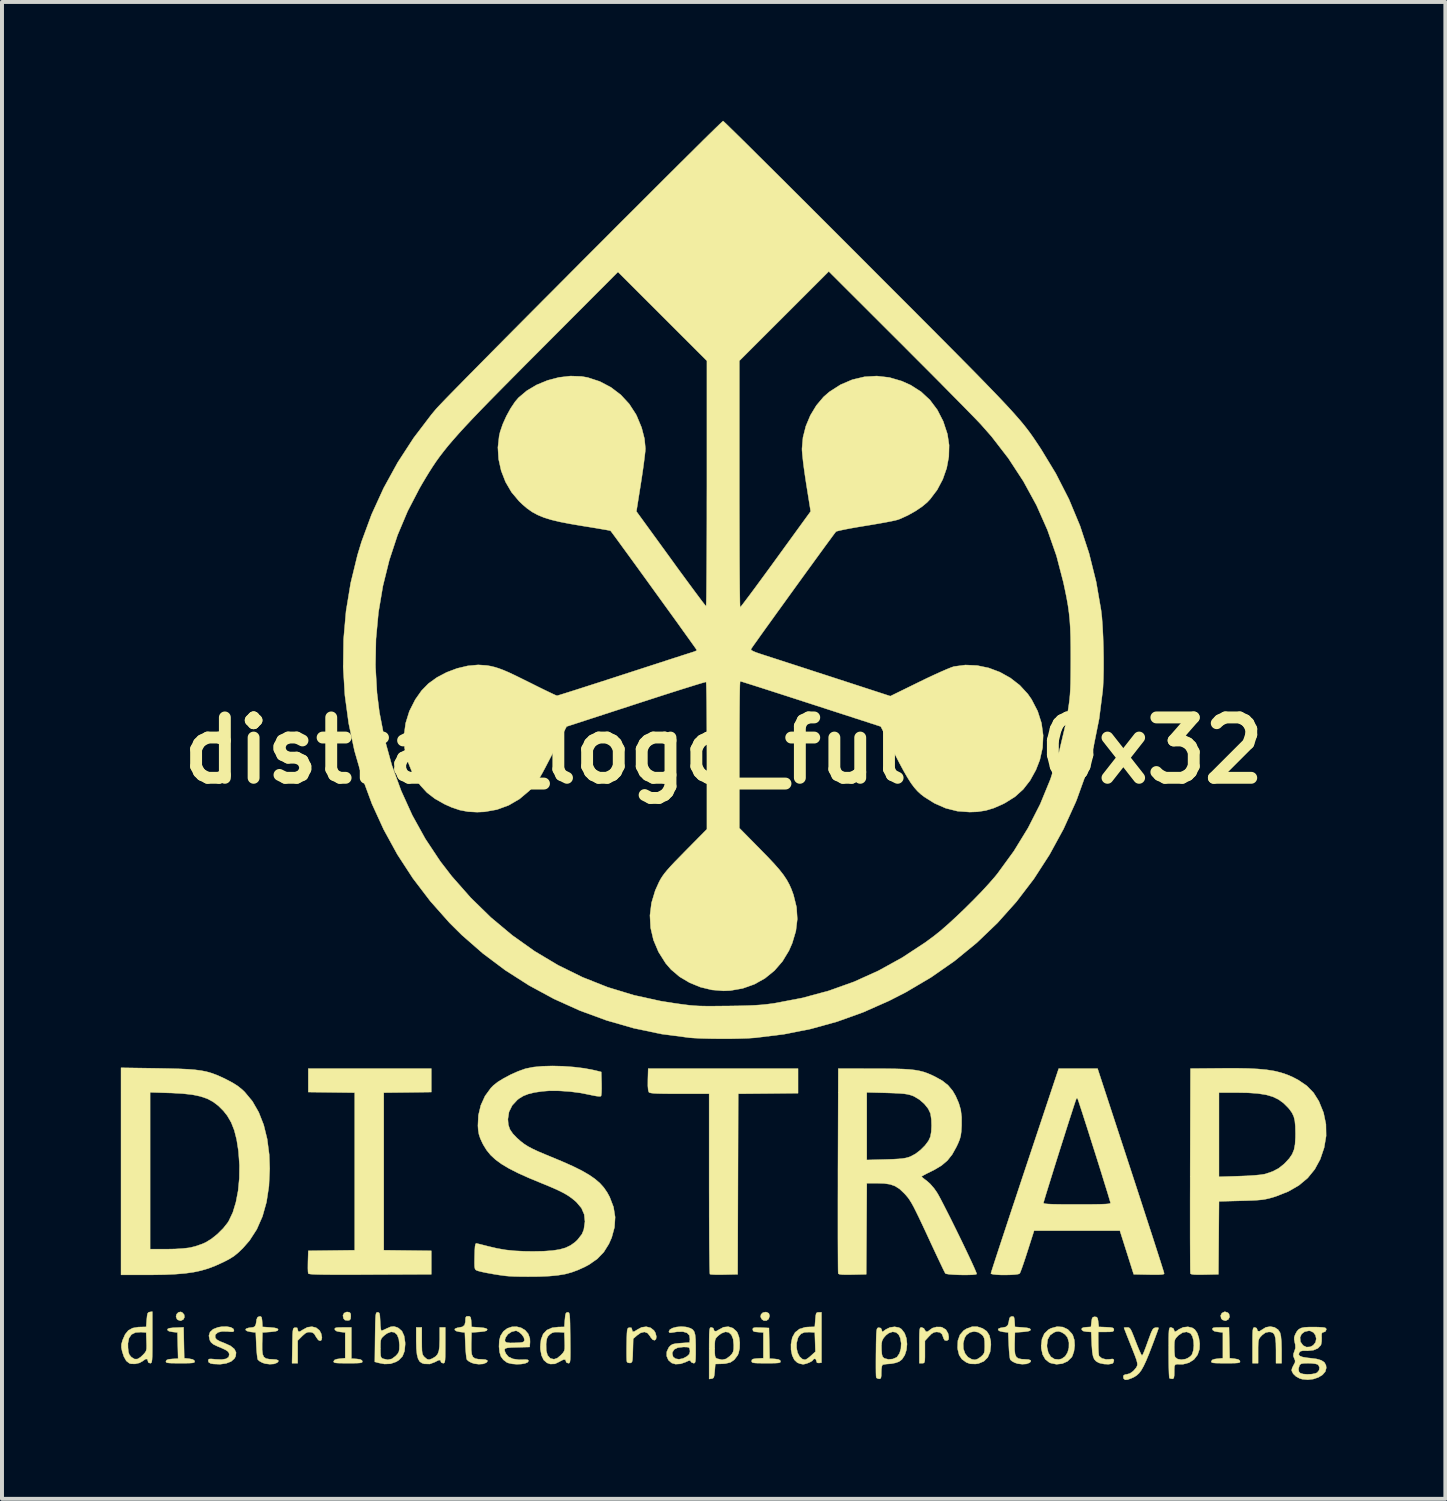
<source format=kicad_pcb>
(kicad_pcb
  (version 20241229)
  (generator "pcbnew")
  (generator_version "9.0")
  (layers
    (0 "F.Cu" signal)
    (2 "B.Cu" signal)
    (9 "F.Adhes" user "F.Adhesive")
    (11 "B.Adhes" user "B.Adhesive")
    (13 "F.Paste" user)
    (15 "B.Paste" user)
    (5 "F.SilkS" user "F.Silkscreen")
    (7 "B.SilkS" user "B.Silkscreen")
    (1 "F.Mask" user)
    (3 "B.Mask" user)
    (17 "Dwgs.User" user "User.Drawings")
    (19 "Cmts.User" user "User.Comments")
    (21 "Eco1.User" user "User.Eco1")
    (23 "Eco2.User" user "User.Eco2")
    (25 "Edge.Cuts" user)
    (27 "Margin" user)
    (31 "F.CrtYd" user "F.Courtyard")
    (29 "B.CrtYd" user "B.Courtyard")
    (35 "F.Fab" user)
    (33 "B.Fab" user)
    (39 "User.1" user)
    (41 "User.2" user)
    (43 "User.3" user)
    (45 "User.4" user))
  (footprint "distrap_logo_full_30x32"
    (layer "F.Cu")
    (at 15.217 15.894)
    (property "Reference" "distrap_logo_full_30x32" (at 0 0 0) (layer "F.SilkS") (effects (font (size 1.524 1.524) (thickness 0.3))))
    (attr through_hole)
    (fp_poly (pts (xy -13.667 14.185) (xy -13.619 14.24) (xy -13.611 14.306) (xy -13.64 14.363) (xy -13.7 14.392) (xy -13.716 14.393) (xy -13.776 14.373) (xy -13.8 14.352) (xy -13.824 14.289) (xy -13.809 14.228) (xy -13.765 14.183) (xy -13.706 14.17) (xy -13.667 14.185)) (stroke (width 0.01) (type solid)) (fill yes) (layer "F.SilkS"))
    (fp_poly (pts (xy -9.488 14.173) (xy -9.436 14.187) (xy -9.415 14.223) (xy -9.412 14.28) (xy -9.418 14.348) (xy -9.444 14.379) (xy -9.488 14.388) (xy -9.559 14.378) (xy -9.595 14.339) (xy -9.611 14.263) (xy -9.582 14.202) (xy -9.519 14.173) (xy -9.488 14.173)) (stroke (width 0.01) (type solid)) (fill yes) (layer "F.SilkS"))
    (fp_poly (pts (xy 1.086 14.179) (xy 1.14 14.207) (xy 1.157 14.264) (xy 1.157 14.278) (xy 1.135 14.35) (xy 1.081 14.39) (xy 1.013 14.39) (xy 0.965 14.359) (xy 0.932 14.296) (xy 0.943 14.234) (xy 0.99 14.189) (xy 1.061 14.175) (xy 1.086 14.179)) (stroke (width 0.01) (type solid)) (fill yes) (layer "F.SilkS"))
    (fp_poly (pts (xy 12.726 14.19) (xy 12.756 14.224) (xy 12.77 14.298) (xy 12.739 14.36) (xy 12.675 14.392) (xy 12.658 14.393) (xy 12.589 14.371) (xy 12.559 14.337) (xy 12.545 14.263) (xy 12.576 14.201) (xy 12.641 14.169) (xy 12.658 14.168) (xy 12.726 14.19)) (stroke (width 0.01) (type solid)) (fill yes) (layer "F.SilkS"))
    (fp_poly (pts (xy -7.38 8.622) (xy -7.98 8.63) (xy -8.58 8.637) (xy -8.58 12.614) (xy -7.38 12.629) (xy -7.38 13.222) (xy -8.926 13.229) (xy -9.27 13.231) (xy -9.561 13.231) (xy -9.804 13.231) (xy -10.003 13.23) (xy -10.161 13.228) (xy -10.282 13.225) (xy -10.372 13.221) (xy -10.433 13.216) (xy -10.469 13.209) (xy -10.485 13.201) (xy -10.486 13.199) (xy -10.492 13.156) (xy -10.495 13.071) (xy -10.494 12.958) (xy -10.493 12.895) (xy -10.485 12.629) (xy -9.313 12.614) (xy -9.313 8.637) (xy -10.485 8.622) (xy -10.485 8.029) (xy -7.38 8.029) (xy -7.38 8.622)) (stroke (width 0.01) (type solid)) (fill yes) (layer "F.SilkS"))
    (fp_poly (pts (xy -13.625 14.95) (xy -13.617 15.339) (xy -13.49 15.353) (xy -13.402 15.37) (xy -13.36 15.4) (xy -13.354 15.416) (xy -13.355 15.437) (xy -13.372 15.45) (xy -13.413 15.459) (xy -13.488 15.464) (xy -13.604 15.466) (xy -13.716 15.466) (xy -13.867 15.465) (xy -13.97 15.463) (xy -14.034 15.457) (xy -14.067 15.447) (xy -14.078 15.431) (xy -14.078 15.416) (xy -14.058 15.385) (xy -14.006 15.367) (xy -13.919 15.358) (xy -13.771 15.35) (xy -13.787 14.69) (xy -13.914 14.676) (xy -14.002 14.658) (xy -14.039 14.63) (xy -14.041 14.619) (xy -14.028 14.596) (xy -13.983 14.581) (xy -13.896 14.571) (xy -13.837 14.569) (xy -13.633 14.56) (xy -13.625 14.95)) (stroke (width 0.01) (type solid)) (fill yes) (layer "F.SilkS"))
    (fp_poly (pts (xy -9.398 15.35) (xy -9.264 15.358) (xy -9.176 15.37) (xy -9.132 15.393) (xy -9.121 15.416) (xy -9.122 15.437) (xy -9.138 15.45) (xy -9.18 15.459) (xy -9.255 15.464) (xy -9.371 15.466) (xy -9.483 15.466) (xy -9.634 15.465) (xy -9.737 15.463) (xy -9.801 15.457) (xy -9.834 15.447) (xy -9.845 15.431) (xy -9.844 15.416) (xy -9.821 15.383) (xy -9.76 15.362) (xy -9.694 15.353) (xy -9.553 15.339) (xy -9.553 14.69) (xy -9.68 14.676) (xy -9.768 14.658) (xy -9.81 14.628) (xy -9.816 14.612) (xy -9.815 14.587) (xy -9.791 14.572) (xy -9.735 14.565) (xy -9.635 14.563) (xy -9.612 14.563) (xy -9.398 14.563) (xy -9.398 15.35)) (stroke (width 0.01) (type solid)) (fill yes) (layer "F.SilkS"))
    (fp_poly (pts (xy 12.763 14.951) (xy 12.771 15.339) (xy 12.897 15.353) (xy 12.986 15.37) (xy 13.028 15.4) (xy 13.033 15.416) (xy 13.033 15.437) (xy 13.016 15.45) (xy 12.975 15.459) (xy 12.9 15.464) (xy 12.783 15.466) (xy 12.672 15.466) (xy 12.521 15.465) (xy 12.418 15.463) (xy 12.354 15.457) (xy 12.32 15.447) (xy 12.309 15.431) (xy 12.31 15.416) (xy 12.333 15.383) (xy 12.394 15.362) (xy 12.46 15.353) (xy 12.601 15.339) (xy 12.601 14.69) (xy 12.474 14.676) (xy 12.386 14.658) (xy 12.344 14.628) (xy 12.338 14.612) (xy 12.34 14.587) (xy 12.363 14.572) (xy 12.42 14.565) (xy 12.52 14.563) (xy 12.542 14.563) (xy 12.755 14.563) (xy 12.763 14.951)) (stroke (width 0.01) (type solid)) (fill yes) (layer "F.SilkS"))
    (fp_poly (pts (xy 0.904 14.567) (xy 0.938 14.568) (xy 1.143 14.577) (xy 1.151 14.963) (xy 1.159 15.35) (xy 1.292 15.358) (xy 1.38 15.37) (xy 1.424 15.393) (xy 1.434 15.416) (xy 1.433 15.437) (xy 1.417 15.45) (xy 1.375 15.459) (xy 1.3 15.464) (xy 1.183 15.466) (xy 1.075 15.466) (xy 0.924 15.465) (xy 0.821 15.463) (xy 0.757 15.457) (xy 0.722 15.447) (xy 0.708 15.431) (xy 0.706 15.411) (xy 0.714 15.378) (xy 0.749 15.359) (xy 0.823 15.349) (xy 0.854 15.347) (xy 1.002 15.339) (xy 1.002 14.69) (xy 0.868 14.681) (xy 0.785 14.672) (xy 0.745 14.654) (xy 0.734 14.621) (xy 0.734 14.616) (xy 0.738 14.587) (xy 0.76 14.572) (xy 0.812 14.566) (xy 0.904 14.567)) (stroke (width 0.01) (type solid)) (fill yes) (layer "F.SilkS"))
    (fp_poly (pts (xy -10.286 14.571) (xy -10.202 14.639) (xy -10.16 14.719) (xy -10.141 14.817) (xy -10.152 14.88) (xy -10.187 14.902) (xy -10.234 14.879) (xy -10.287 14.805) (xy -10.292 14.796) (xy -10.336 14.723) (xy -10.388 14.689) (xy -10.437 14.681) (xy -10.501 14.683) (xy -10.558 14.71) (xy -10.629 14.771) (xy -10.641 14.783) (xy -10.753 14.895) (xy -10.753 15.466) (xy -10.895 15.466) (xy -10.887 15.021) (xy -10.884 14.854) (xy -10.881 14.735) (xy -10.875 14.655) (xy -10.867 14.607) (xy -10.854 14.582) (xy -10.835 14.571) (xy -10.816 14.568) (xy -10.766 14.573) (xy -10.753 14.616) (xy -10.753 14.617) (xy -10.739 14.666) (xy -10.697 14.668) (xy -10.625 14.623) (xy -10.62 14.62) (xy -10.507 14.559) (xy -10.392 14.544) (xy -10.286 14.571)) (stroke (width 0.01) (type solid)) (fill yes) (layer "F.SilkS"))
    (fp_poly (pts (xy 1.877 8.65) (xy 1.122 8.658) (xy 0.367 8.665) (xy 0.36 10.944) (xy 0.353 13.222) (xy 0.013 13.23) (xy -0.121 13.232) (xy -0.233 13.23) (xy -0.312 13.225) (xy -0.347 13.218) (xy -0.347 13.218) (xy -0.35 13.188) (xy -0.353 13.105) (xy -0.356 12.974) (xy -0.358 12.8) (xy -0.361 12.586) (xy -0.363 12.337) (xy -0.364 12.057) (xy -0.366 11.751) (xy -0.366 11.422) (xy -0.367 11.076) (xy -0.367 10.931) (xy -0.367 8.664) (xy -1.111 8.664) (xy -1.344 8.664) (xy -1.526 8.662) (xy -1.664 8.659) (xy -1.763 8.654) (xy -1.83 8.646) (xy -1.87 8.637) (xy -1.888 8.625) (xy -1.905 8.572) (xy -1.914 8.467) (xy -1.913 8.313) (xy -1.913 8.307) (xy -1.905 8.029) (xy 1.877 8.029) (xy 1.877 8.65)) (stroke (width 0.01) (type solid)) (fill yes) (layer "F.SilkS"))
    (fp_poly (pts (xy 5.483 14.553) (xy 5.513 14.561) (xy 5.609 14.618) (xy 5.664 14.713) (xy 5.681 14.803) (xy 5.676 14.866) (xy 5.644 14.892) (xy 5.627 14.896) (xy 5.578 14.887) (xy 5.55 14.837) (xy 5.547 14.825) (xy 5.512 14.734) (xy 5.458 14.688) (xy 5.376 14.676) (xy 5.307 14.687) (xy 5.241 14.729) (xy 5.182 14.789) (xy 5.08 14.901) (xy 5.08 15.184) (xy 5.08 15.312) (xy 5.077 15.394) (xy 5.068 15.44) (xy 5.053 15.46) (xy 5.026 15.466) (xy 5.009 15.466) (xy 4.939 15.466) (xy 4.939 15.014) (xy 4.939 14.845) (xy 4.941 14.725) (xy 4.945 14.645) (xy 4.952 14.597) (xy 4.964 14.572) (xy 4.981 14.564) (xy 4.998 14.563) (xy 5.054 14.587) (xy 5.072 14.619) (xy 5.104 14.668) (xy 5.153 14.667) (xy 5.192 14.635) (xy 5.269 14.58) (xy 5.374 14.551) (xy 5.483 14.553)) (stroke (width 0.01) (type solid)) (fill yes) (layer "F.SilkS"))
    (fp_poly (pts (xy -7.62 14.903) (xy -7.619 15.047) (xy -7.616 15.147) (xy -7.608 15.213) (xy -7.594 15.256) (xy -7.572 15.29) (xy -7.551 15.312) (xy -7.489 15.364) (xy -7.436 15.377) (xy -7.368 15.354) (xy -7.341 15.34) (xy -7.269 15.295) (xy -7.22 15.238) (xy -7.19 15.158) (xy -7.174 15.046) (xy -7.169 14.89) (xy -7.168 14.86) (xy -7.168 14.563) (xy -7.027 14.563) (xy -7.027 15.014) (xy -7.028 15.183) (xy -7.029 15.304) (xy -7.033 15.384) (xy -7.041 15.432) (xy -7.052 15.456) (xy -7.07 15.465) (xy -7.084 15.466) (xy -7.13 15.448) (xy -7.14 15.423) (xy -7.152 15.388) (xy -7.192 15.388) (xy -7.267 15.425) (xy -7.288 15.437) (xy -7.419 15.486) (xy -7.557 15.482) (xy -7.614 15.464) (xy -7.672 15.425) (xy -7.713 15.355) (xy -7.741 15.249) (xy -7.756 15.099) (xy -7.761 14.902) (xy -7.761 14.563) (xy -7.62 14.563) (xy -7.62 14.903)) (stroke (width 0.01) (type solid)) (fill yes) (layer "F.SilkS"))
    (fp_poly (pts (xy 13.905 14.561) (xy 13.995 14.62) (xy 14.044 14.694) (xy 14.065 14.782) (xy 14.078 14.925) (xy 14.083 15.121) (xy 14.083 15.126) (xy 14.083 15.466) (xy 13.942 15.466) (xy 13.942 15.133) (xy 13.939 14.96) (xy 13.928 14.836) (xy 13.906 14.753) (xy 13.87 14.703) (xy 13.817 14.68) (xy 13.762 14.676) (xy 13.678 14.693) (xy 13.597 14.752) (xy 13.58 14.769) (xy 13.541 14.811) (xy 13.515 14.85) (xy 13.5 14.897) (xy 13.493 14.966) (xy 13.49 15.071) (xy 13.49 15.164) (xy 13.49 15.466) (xy 13.349 15.466) (xy 13.349 15.014) (xy 13.349 14.845) (xy 13.351 14.725) (xy 13.355 14.645) (xy 13.363 14.596) (xy 13.374 14.572) (xy 13.391 14.564) (xy 13.406 14.563) (xy 13.451 14.58) (xy 13.462 14.603) (xy 13.479 14.653) (xy 13.524 14.661) (xy 13.585 14.623) (xy 13.585 14.623) (xy 13.686 14.56) (xy 13.797 14.541) (xy 13.905 14.561)) (stroke (width 0.01) (type solid)) (fill yes) (layer "F.SilkS"))
    (fp_poly (pts (xy -1.846 14.572) (xy -1.761 14.638) (xy -1.723 14.7) (xy -1.699 14.794) (xy -1.709 14.858) (xy -1.742 14.887) (xy -1.79 14.874) (xy -1.842 14.813) (xy -1.856 14.788) (xy -1.92 14.706) (xy -2.001 14.676) (xy -2.096 14.7) (xy -2.184 14.761) (xy -2.284 14.849) (xy -2.292 15.15) (xy -2.296 15.284) (xy -2.302 15.371) (xy -2.311 15.423) (xy -2.327 15.448) (xy -2.351 15.459) (xy -2.364 15.461) (xy -2.419 15.453) (xy -2.442 15.431) (xy -2.447 15.39) (xy -2.45 15.304) (xy -2.451 15.184) (xy -2.45 15.041) (xy -2.449 14.985) (xy -2.446 14.826) (xy -2.442 14.714) (xy -2.436 14.641) (xy -2.426 14.599) (xy -2.411 14.578) (xy -2.39 14.57) (xy -2.378 14.568) (xy -2.328 14.573) (xy -2.314 14.616) (xy -2.314 14.617) (xy -2.301 14.666) (xy -2.258 14.668) (xy -2.186 14.623) (xy -2.182 14.62) (xy -2.07 14.56) (xy -1.954 14.545) (xy -1.846 14.572)) (stroke (width 0.01) (type solid)) (fill yes) (layer "F.SilkS"))
    (fp_poly (pts (xy 8.56 14.553) (xy 8.686 14.612) (xy 8.788 14.719) (xy 8.814 14.762) (xy 8.851 14.879) (xy 8.86 15.02) (xy 8.842 15.164) (xy 8.801 15.286) (xy 8.779 15.321) (xy 8.678 15.419) (xy 8.547 15.477) (xy 8.401 15.493) (xy 8.256 15.463) (xy 8.218 15.447) (xy 8.12 15.368) (xy 8.051 15.247) (xy 8.018 15.094) (xy 8.015 15.028) (xy 8.017 15.012) (xy 8.16 15.012) (xy 8.162 15.061) (xy 8.194 15.201) (xy 8.257 15.303) (xy 8.348 15.362) (xy 8.458 15.373) (xy 8.535 15.354) (xy 8.62 15.293) (xy 8.681 15.195) (xy 8.714 15.075) (xy 8.716 14.946) (xy 8.682 14.825) (xy 8.676 14.813) (xy 8.618 14.741) (xy 8.537 14.688) (xy 8.535 14.687) (xy 8.46 14.662) (xy 8.397 14.667) (xy 8.342 14.687) (xy 8.24 14.758) (xy 8.179 14.866) (xy 8.16 15.012) (xy 8.017 15.012) (xy 8.035 14.854) (xy 8.095 14.718) (xy 8.197 14.62) (xy 8.261 14.585) (xy 8.415 14.543) (xy 8.56 14.553)) (stroke (width 0.01) (type solid)) (fill yes) (layer "F.SilkS"))
    (fp_poly (pts (xy 6.536 14.588) (xy 6.641 14.66) (xy 6.708 14.766) (xy 6.741 14.912) (xy 6.745 15.004) (xy 6.725 15.181) (xy 6.665 15.32) (xy 6.567 15.418) (xy 6.432 15.474) (xy 6.359 15.485) (xy 6.223 15.481) (xy 6.126 15.446) (xy 6.015 15.366) (xy 5.944 15.261) (xy 5.909 15.12) (xy 5.904 15.073) (xy 5.909 14.967) (xy 6.046 14.967) (xy 6.051 15.101) (xy 6.092 15.219) (xy 6.165 15.312) (xy 6.263 15.368) (xy 6.342 15.381) (xy 6.402 15.363) (xy 6.475 15.317) (xy 6.498 15.299) (xy 6.546 15.252) (xy 6.574 15.207) (xy 6.586 15.147) (xy 6.59 15.055) (xy 6.59 15.019) (xy 6.587 14.908) (xy 6.576 14.835) (xy 6.551 14.784) (xy 6.524 14.751) (xy 6.428 14.685) (xy 6.32 14.665) (xy 6.215 14.689) (xy 6.126 14.755) (xy 6.081 14.829) (xy 6.046 14.967) (xy 5.909 14.967) (xy 5.912 14.895) (xy 5.964 14.75) (xy 6.058 14.641) (xy 6.135 14.593) (xy 6.272 14.544) (xy 6.4 14.543) (xy 6.536 14.588)) (stroke (width 0.01) (type solid)) (fill yes) (layer "F.SilkS"))
    (fp_poly (pts (xy -12.442 14.56) (xy -12.379 14.596) (xy -12.361 14.636) (xy -12.369 14.662) (xy -12.4 14.673) (xy -12.468 14.671) (xy -12.524 14.665) (xy -12.663 14.663) (xy -12.766 14.688) (xy -12.825 14.74) (xy -12.836 14.769) (xy -12.833 14.823) (xy -12.797 14.869) (xy -12.719 14.913) (xy -12.597 14.961) (xy -12.448 15.029) (xy -12.351 15.108) (xy -12.308 15.196) (xy -12.319 15.291) (xy -12.351 15.35) (xy -12.433 15.422) (xy -12.557 15.47) (xy -12.709 15.492) (xy -12.879 15.485) (xy -12.947 15.474) (xy -13 15.442) (xy -13.01 15.405) (xy -13.006 15.375) (xy -12.985 15.36) (xy -12.935 15.358) (xy -12.843 15.366) (xy -12.827 15.368) (xy -12.669 15.374) (xy -12.558 15.355) (xy -12.494 15.31) (xy -12.48 15.244) (xy -12.49 15.203) (xy -12.516 15.168) (xy -12.567 15.133) (xy -12.652 15.092) (xy -12.781 15.038) (xy -12.88 14.99) (xy -12.94 14.939) (xy -12.971 14.884) (xy -12.994 14.773) (xy -12.965 14.68) (xy -12.887 14.608) (xy -12.764 14.56) (xy -12.667 14.544) (xy -12.542 14.542) (xy -12.442 14.56)) (stroke (width 0.01) (type solid)) (fill yes) (layer "F.SilkS"))
    (fp_poly (pts (xy -11.683 14.287) (xy -11.663 14.312) (xy -11.653 14.375) (xy -11.65 14.413) (xy -11.642 14.549) (xy -11.444 14.563) (xy -11.335 14.574) (xy -11.272 14.589) (xy -11.248 14.61) (xy -11.247 14.619) (xy -11.261 14.644) (xy -11.31 14.66) (xy -11.404 14.672) (xy -11.444 14.676) (xy -11.642 14.69) (xy -11.65 14.974) (xy -11.65 15.13) (xy -11.637 15.24) (xy -11.607 15.309) (xy -11.552 15.348) (xy -11.469 15.364) (xy -11.402 15.367) (xy -11.296 15.374) (xy -11.243 15.394) (xy -11.244 15.427) (xy -11.273 15.454) (xy -11.351 15.484) (xy -11.458 15.491) (xy -11.573 15.477) (xy -11.645 15.453) (xy -11.713 15.416) (xy -11.757 15.378) (xy -11.758 15.377) (xy -11.769 15.335) (xy -11.78 15.249) (xy -11.79 15.133) (xy -11.797 15.014) (xy -11.811 14.69) (xy -11.938 14.676) (xy -12.029 14.655) (xy -12.068 14.626) (xy -12.056 14.596) (xy -11.992 14.574) (xy -11.945 14.568) (xy -11.875 14.559) (xy -11.833 14.536) (xy -11.809 14.487) (xy -11.794 14.398) (xy -11.791 14.365) (xy -11.764 14.304) (xy -11.721 14.286) (xy -11.683 14.287)) (stroke (width 0.01) (type solid)) (fill yes) (layer "F.SilkS"))
    (fp_poly (pts (xy 7.31 14.287) (xy 7.33 14.312) (xy 7.34 14.375) (xy 7.343 14.413) (xy 7.352 14.549) (xy 7.549 14.563) (xy 7.659 14.574) (xy 7.721 14.589) (xy 7.746 14.61) (xy 7.747 14.619) (xy 7.733 14.644) (xy 7.683 14.66) (xy 7.59 14.672) (xy 7.549 14.676) (xy 7.352 14.69) (xy 7.344 14.974) (xy 7.344 15.13) (xy 7.356 15.24) (xy 7.387 15.309) (xy 7.441 15.348) (xy 7.524 15.364) (xy 7.592 15.367) (xy 7.697 15.374) (xy 7.75 15.394) (xy 7.749 15.427) (xy 7.72 15.454) (xy 7.643 15.484) (xy 7.535 15.491) (xy 7.421 15.477) (xy 7.348 15.453) (xy 7.28 15.416) (xy 7.236 15.378) (xy 7.235 15.377) (xy 7.224 15.335) (xy 7.213 15.249) (xy 7.203 15.133) (xy 7.197 15.014) (xy 7.183 14.69) (xy 7.056 14.676) (xy 6.968 14.656) (xy 6.927 14.626) (xy 6.935 14.596) (xy 6.993 14.573) (xy 7.032 14.568) (xy 7.123 14.55) (xy 7.174 14.505) (xy 7.198 14.421) (xy 7.201 14.393) (xy 7.217 14.322) (xy 7.252 14.29) (xy 7.273 14.286) (xy 7.31 14.287)) (stroke (width 0.01) (type solid)) (fill yes) (layer "F.SilkS"))
    (fp_poly (pts (xy -6.408 14.286) (xy -6.386 14.314) (xy -6.375 14.377) (xy -6.373 14.415) (xy -6.364 14.549) (xy -6.167 14.563) (xy -6.057 14.574) (xy -5.995 14.589) (xy -5.97 14.61) (xy -5.969 14.619) (xy -5.983 14.644) (xy -6.033 14.66) (xy -6.126 14.672) (xy -6.167 14.676) (xy -6.364 14.69) (xy -6.372 14.974) (xy -6.372 15.13) (xy -6.36 15.24) (xy -6.329 15.309) (xy -6.275 15.348) (xy -6.192 15.364) (xy -6.124 15.367) (xy -6.019 15.374) (xy -5.966 15.394) (xy -5.967 15.427) (xy -5.996 15.454) (xy -6.073 15.484) (xy -6.181 15.491) (xy -6.295 15.477) (xy -6.368 15.453) (xy -6.436 15.416) (xy -6.48 15.378) (xy -6.481 15.377) (xy -6.492 15.335) (xy -6.503 15.249) (xy -6.513 15.133) (xy -6.519 15.014) (xy -6.533 14.69) (xy -6.66 14.676) (xy -6.747 14.656) (xy -6.788 14.626) (xy -6.782 14.596) (xy -6.725 14.573) (xy -6.689 14.567) (xy -6.592 14.547) (xy -6.54 14.503) (xy -6.52 14.423) (xy -6.519 14.39) (xy -6.515 14.318) (xy -6.496 14.287) (xy -6.451 14.28) (xy -6.45 14.28) (xy -6.408 14.286)) (stroke (width 0.01) (type solid)) (fill yes) (layer "F.SilkS"))
    (fp_poly (pts (xy 2.469 15.452) (xy 2.406 15.461) (xy 2.356 15.455) (xy 2.342 15.412) (xy 2.342 15.411) (xy 2.325 15.364) (xy 2.3 15.353) (xy 2.263 15.366) (xy 2.258 15.378) (xy 2.234 15.408) (xy 2.174 15.442) (xy 2.098 15.473) (xy 2.026 15.491) (xy 2 15.493) (xy 1.925 15.478) (xy 1.858 15.451) (xy 1.783 15.38) (xy 1.729 15.267) (xy 1.7 15.125) (xy 1.7 15.085) (xy 1.84 15.085) (xy 1.866 15.202) (xy 1.916 15.299) (xy 1.986 15.362) (xy 2.053 15.38) (xy 2.092 15.363) (xy 2.156 15.318) (xy 2.202 15.278) (xy 2.316 15.175) (xy 2.308 14.932) (xy 2.3 14.69) (xy 2.167 14.681) (xy 2.04 14.686) (xy 1.951 14.724) (xy 1.889 14.8) (xy 1.874 14.832) (xy 1.841 14.957) (xy 1.84 15.085) (xy 1.7 15.085) (xy 1.699 14.987) (xy 1.732 14.817) (xy 1.803 14.689) (xy 1.912 14.603) (xy 2.06 14.558) (xy 2.134 14.552) (xy 2.3 14.547) (xy 2.314 14.364) (xy 2.323 14.266) (xy 2.335 14.211) (xy 2.356 14.187) (xy 2.392 14.182) (xy 2.399 14.182) (xy 2.469 14.182) (xy 2.469 15.452)) (stroke (width 0.01) (type solid)) (fill yes) (layer "F.SilkS"))
    (fp_poly (pts (xy 9.414 14.301) (xy 9.438 14.331) (xy 9.452 14.398) (xy 9.454 14.422) (xy 9.469 14.549) (xy 9.659 14.557) (xy 9.761 14.563) (xy 9.819 14.574) (xy 9.844 14.593) (xy 9.85 14.62) (xy 9.844 14.649) (xy 9.819 14.666) (xy 9.763 14.674) (xy 9.663 14.676) (xy 9.652 14.676) (xy 9.454 14.676) (xy 9.455 14.965) (xy 9.457 15.089) (xy 9.462 15.193) (xy 9.47 15.264) (xy 9.476 15.285) (xy 9.546 15.343) (xy 9.649 15.37) (xy 9.739 15.367) (xy 9.81 15.358) (xy 9.842 15.368) (xy 9.85 15.401) (xy 9.85 15.404) (xy 9.83 15.458) (xy 9.805 15.477) (xy 9.716 15.492) (xy 9.603 15.487) (xy 9.494 15.464) (xy 9.464 15.453) (xy 9.4 15.416) (xy 9.354 15.365) (xy 9.324 15.29) (xy 9.304 15.18) (xy 9.293 15.026) (xy 9.291 14.98) (xy 9.278 14.678) (xy 9.162 14.67) (xy 9.077 14.655) (xy 9.04 14.624) (xy 9.037 14.614) (xy 9.043 14.582) (xy 9.084 14.565) (xy 9.149 14.557) (xy 9.271 14.549) (xy 9.285 14.422) (xy 9.297 14.343) (xy 9.318 14.306) (xy 9.357 14.295) (xy 9.37 14.295) (xy 9.414 14.301)) (stroke (width 0.01) (type solid)) (fill yes) (layer "F.SilkS"))
    (fp_poly (pts (xy -5.112 14.573) (xy -5.011 14.634) (xy -4.934 14.724) (xy -4.892 14.841) (xy -4.888 14.929) (xy -4.897 15.057) (xy -5.214 15.065) (xy -5.36 15.069) (xy -5.456 15.078) (xy -5.511 15.093) (xy -5.531 15.121) (xy -5.524 15.164) (xy -5.499 15.223) (xy -5.433 15.304) (xy -5.322 15.356) (xy -5.174 15.378) (xy -5.099 15.377) (xy -5 15.374) (xy -4.946 15.381) (xy -4.926 15.4) (xy -4.925 15.408) (xy -4.95 15.445) (xy -5.018 15.472) (xy -5.114 15.488) (xy -5.225 15.492) (xy -5.336 15.483) (xy -5.435 15.461) (xy -5.475 15.445) (xy -5.562 15.379) (xy -5.623 15.296) (xy -5.657 15.186) (xy -5.671 15.048) (xy -5.665 14.906) (xy -5.659 14.879) (xy -5.523 14.879) (xy -5.516 14.922) (xy -5.474 14.945) (xy -5.39 14.954) (xy -5.268 14.952) (xy -5.154 14.947) (xy -5.085 14.939) (xy -5.048 14.924) (xy -5.033 14.9) (xy -5.029 14.88) (xy -5.044 14.816) (xy -5.093 14.744) (xy -5.161 14.683) (xy -5.23 14.649) (xy -5.249 14.647) (xy -5.352 14.672) (xy -5.445 14.734) (xy -5.502 14.814) (xy -5.523 14.879) (xy -5.659 14.879) (xy -5.637 14.786) (xy -5.634 14.778) (xy -5.561 14.663) (xy -5.462 14.587) (xy -5.347 14.548) (xy -5.227 14.544) (xy -5.112 14.573)) (stroke (width 0.01) (type solid)) (fill yes) (layer "F.SilkS"))
    (fp_poly (pts (xy -14.422 14.815) (xy -14.422 15.023) (xy -14.423 15.181) (xy -14.425 15.296) (xy -14.429 15.375) (xy -14.436 15.425) (xy -14.445 15.452) (xy -14.459 15.463) (xy -14.476 15.466) (xy -14.478 15.466) (xy -14.525 15.446) (xy -14.534 15.409) (xy -14.55 15.362) (xy -14.592 15.361) (xy -14.658 15.406) (xy -14.664 15.412) (xy -14.746 15.458) (xy -14.854 15.483) (xy -14.959 15.481) (xy -15.002 15.468) (xy -15.079 15.408) (xy -15.141 15.298) (xy -15.183 15.168) (xy -15.203 15.07) (xy -15.202 14.992) (xy -15.195 14.966) (xy -15.038 14.966) (xy -15.036 15.079) (xy -15.025 15.183) (xy -15.003 15.25) (xy -14.963 15.3) (xy -14.946 15.316) (xy -14.872 15.361) (xy -14.801 15.362) (xy -14.722 15.316) (xy -14.653 15.251) (xy -14.608 15.201) (xy -14.581 15.157) (xy -14.568 15.104) (xy -14.566 15.025) (xy -14.569 14.922) (xy -14.577 14.69) (xy -14.71 14.681) (xy -14.848 14.691) (xy -14.948 14.741) (xy -15.011 14.832) (xy -15.038 14.966) (xy -15.195 14.966) (xy -15.178 14.901) (xy -15.173 14.885) (xy -15.108 14.737) (xy -15.026 14.637) (xy -14.918 14.579) (xy -14.775 14.554) (xy -14.74 14.553) (xy -14.577 14.549) (xy -14.563 14.365) (xy -14.553 14.265) (xy -14.54 14.208) (xy -14.517 14.182) (xy -14.485 14.173) (xy -14.422 14.164) (xy -14.422 14.815)) (stroke (width 0.01) (type solid)) (fill yes) (layer "F.SilkS"))
    (fp_poly (pts (xy 0.231 14.58) (xy 0.325 14.664) (xy 0.348 14.699) (xy 0.388 14.809) (xy 0.406 14.946) (xy 0.402 15.089) (xy 0.375 15.215) (xy 0.352 15.267) (xy 0.269 15.377) (xy 0.171 15.445) (xy 0.041 15.476) (xy -0.035 15.481) (xy -0.212 15.486) (xy -0.226 15.666) (xy -0.236 15.765) (xy -0.249 15.821) (xy -0.272 15.847) (xy -0.303 15.856) (xy -0.367 15.865) (xy -0.367 15.214) (xy -0.367 15.088) (xy -0.226 15.088) (xy -0.226 15.089) (xy -0.225 15.205) (xy -0.219 15.278) (xy -0.206 15.32) (xy -0.183 15.342) (xy -0.162 15.352) (xy -0.041 15.38) (xy 0.064 15.356) (xy 0.158 15.285) (xy 0.211 15.228) (xy 0.239 15.176) (xy 0.252 15.11) (xy 0.254 15.007) (xy 0.254 15.007) (xy 0.239 14.856) (xy 0.195 14.749) (xy 0.128 14.687) (xy 0.042 14.674) (xy -0.059 14.713) (xy -0.126 14.763) (xy -0.175 14.808) (xy -0.204 14.847) (xy -0.219 14.897) (xy -0.225 14.972) (xy -0.226 15.088) (xy -0.367 15.088) (xy -0.367 15.006) (xy -0.366 14.848) (xy -0.364 14.733) (xy -0.359 14.653) (xy -0.353 14.604) (xy -0.343 14.576) (xy -0.33 14.565) (xy -0.312 14.563) (xy -0.31 14.563) (xy -0.265 14.58) (xy -0.254 14.603) (xy -0.237 14.653) (xy -0.19 14.659) (xy -0.124 14.622) (xy -0.004 14.557) (xy 0.118 14.544) (xy 0.231 14.58)) (stroke (width 0.01) (type solid)) (fill yes) (layer "F.SilkS"))
    (fp_poly (pts (xy 10.218 14.565) (xy 10.245 14.579) (xy 10.272 14.611) (xy 10.302 14.672) (xy 10.342 14.768) (xy 10.396 14.908) (xy 10.399 14.915) (xy 10.45 15.045) (xy 10.496 15.153) (xy 10.532 15.231) (xy 10.554 15.267) (xy 10.556 15.268) (xy 10.567 15.264) (xy 10.579 15.247) (xy 10.597 15.21) (xy 10.623 15.145) (xy 10.661 15.045) (xy 10.712 14.904) (xy 10.749 14.803) (xy 10.791 14.691) (xy 10.824 14.622) (xy 10.855 14.585) (xy 10.89 14.57) (xy 10.904 14.568) (xy 10.959 14.567) (xy 10.978 14.575) (xy 10.969 14.606) (xy 10.943 14.68) (xy 10.903 14.788) (xy 10.854 14.92) (xy 10.823 15.002) (xy 10.737 15.226) (xy 10.664 15.402) (xy 10.6 15.539) (xy 10.542 15.642) (xy 10.485 15.718) (xy 10.424 15.774) (xy 10.356 15.817) (xy 10.295 15.845) (xy 10.195 15.881) (xy 10.133 15.885) (xy 10.099 15.857) (xy 10.092 15.844) (xy 10.088 15.783) (xy 10.131 15.752) (xy 10.172 15.748) (xy 10.254 15.725) (xy 10.34 15.664) (xy 10.411 15.581) (xy 10.426 15.555) (xy 10.439 15.524) (xy 10.443 15.489) (xy 10.436 15.442) (xy 10.417 15.373) (xy 10.381 15.275) (xy 10.328 15.139) (xy 10.284 15.029) (xy 10.225 14.881) (xy 10.174 14.753) (xy 10.135 14.653) (xy 10.11 14.589) (xy 10.104 14.571) (xy 10.128 14.565) (xy 10.184 14.563) (xy 10.218 14.565)) (stroke (width 0.01) (type solid)) (fill yes) (layer "F.SilkS"))
    (fp_poly (pts (xy -8.707 14.187) (xy -8.689 14.209) (xy -8.679 14.261) (xy -8.673 14.352) (xy -8.67 14.415) (xy -8.664 14.521) (xy -8.655 14.602) (xy -8.644 14.644) (xy -8.641 14.647) (xy -8.605 14.636) (xy -8.539 14.606) (xy -8.509 14.591) (xy -8.406 14.547) (xy -8.323 14.538) (xy -8.239 14.564) (xy -8.209 14.579) (xy -8.122 14.655) (xy -8.066 14.777) (xy -8.041 14.942) (xy -8.04 14.989) (xy -8.056 15.16) (xy -8.107 15.291) (xy -8.199 15.388) (xy -8.268 15.431) (xy -8.41 15.48) (xy -8.561 15.486) (xy -8.7 15.46) (xy -8.806 15.432) (xy -8.802 15.088) (xy -8.664 15.088) (xy -8.664 15.089) (xy -8.663 15.205) (xy -8.658 15.278) (xy -8.645 15.32) (xy -8.622 15.342) (xy -8.601 15.352) (xy -8.48 15.38) (xy -8.374 15.356) (xy -8.28 15.285) (xy -8.228 15.228) (xy -8.199 15.176) (xy -8.187 15.11) (xy -8.184 15.007) (xy -8.184 15.007) (xy -8.2 14.856) (xy -8.243 14.749) (xy -8.31 14.687) (xy -8.396 14.674) (xy -8.497 14.713) (xy -8.564 14.763) (xy -8.613 14.808) (xy -8.642 14.847) (xy -8.658 14.897) (xy -8.663 14.972) (xy -8.664 15.088) (xy -8.802 15.088) (xy -8.799 14.807) (xy -8.796 14.604) (xy -8.793 14.45) (xy -8.789 14.339) (xy -8.784 14.264) (xy -8.776 14.217) (xy -8.766 14.193) (xy -8.751 14.183) (xy -8.735 14.182) (xy -8.707 14.187)) (stroke (width 0.01) (type solid)) (fill yes) (layer "F.SilkS"))
    (fp_poly (pts (xy -3.919 14.184) (xy -3.905 14.195) (xy -3.895 14.221) (xy -3.887 14.27) (xy -3.882 14.349) (xy -3.878 14.463) (xy -3.876 14.621) (xy -3.873 14.824) (xy -3.871 15.03) (xy -3.87 15.186) (xy -3.871 15.3) (xy -3.874 15.378) (xy -3.88 15.426) (xy -3.889 15.453) (xy -3.903 15.464) (xy -3.921 15.466) (xy -3.922 15.466) (xy -3.968 15.449) (xy -3.979 15.425) (xy -3.995 15.377) (xy -4.043 15.374) (xy -4.125 15.415) (xy -4.137 15.423) (xy -4.259 15.482) (xy -4.376 15.487) (xy -4.459 15.458) (xy -4.542 15.386) (xy -4.598 15.27) (xy -4.626 15.115) (xy -4.628 15.048) (xy -4.622 14.982) (xy -4.482 14.982) (xy -4.479 15.146) (xy -4.446 15.265) (xy -4.381 15.339) (xy -4.365 15.347) (xy -4.284 15.366) (xy -4.202 15.339) (xy -4.11 15.264) (xy -4.098 15.251) (xy -4.053 15.201) (xy -4.026 15.157) (xy -4.013 15.104) (xy -4.011 15.025) (xy -4.013 14.922) (xy -4.022 14.69) (xy -4.167 14.681) (xy -4.264 14.681) (xy -4.332 14.7) (xy -4.39 14.74) (xy -4.437 14.789) (xy -4.463 14.847) (xy -4.478 14.933) (xy -4.482 14.982) (xy -4.622 14.982) (xy -4.61 14.867) (xy -4.556 14.728) (xy -4.463 14.63) (xy -4.331 14.572) (xy -4.179 14.553) (xy -4.022 14.549) (xy -4.008 14.365) (xy -3.998 14.265) (xy -3.985 14.21) (xy -3.963 14.186) (xy -3.937 14.182) (xy -3.919 14.184)) (stroke (width 0.01) (type solid)) (fill yes) (layer "F.SilkS"))
    (fp_poly (pts (xy -0.963 14.55) (xy -0.909 14.561) (xy -0.834 14.586) (xy -0.78 14.619) (xy -0.743 14.671) (xy -0.721 14.748) (xy -0.71 14.861) (xy -0.706 15.018) (xy -0.706 15.091) (xy -0.706 15.243) (xy -0.709 15.347) (xy -0.714 15.413) (xy -0.724 15.448) (xy -0.74 15.463) (xy -0.759 15.466) (xy -0.812 15.446) (xy -0.829 15.423) (xy -0.846 15.399) (xy -0.879 15.401) (xy -0.944 15.429) (xy -0.958 15.437) (xy -1.088 15.482) (xy -1.215 15.49) (xy -1.312 15.461) (xy -1.396 15.387) (xy -1.438 15.287) (xy -1.437 15.229) (xy -1.298 15.229) (xy -1.276 15.306) (xy -1.216 15.352) (xy -1.129 15.367) (xy -1.028 15.347) (xy -0.927 15.294) (xy -0.869 15.24) (xy -0.851 15.18) (xy -0.852 15.145) (xy -0.86 15.095) (xy -0.879 15.069) (xy -0.924 15.059) (xy -1.01 15.057) (xy -1.021 15.057) (xy -1.157 15.073) (xy -1.249 15.118) (xy -1.294 15.191) (xy -1.298 15.229) (xy -1.437 15.229) (xy -1.436 15.177) (xy -1.387 15.071) (xy -1.373 15.053) (xy -1.332 15.013) (xy -1.286 14.987) (xy -1.217 14.972) (xy -1.11 14.961) (xy -1.083 14.959) (xy -0.861 14.944) (xy -0.852 14.858) (xy -0.865 14.763) (xy -0.924 14.701) (xy -1.026 14.67) (xy -1.172 14.672) (xy -1.263 14.686) (xy -1.339 14.697) (xy -1.375 14.69) (xy -1.383 14.665) (xy -1.357 14.617) (xy -1.289 14.579) (xy -1.191 14.553) (xy -1.078 14.542) (xy -0.963 14.55)) (stroke (width 0.01) (type solid)) (fill yes) (layer "F.SilkS"))
    (fp_poly (pts (xy 4.425 14.567) (xy 4.488 14.605) (xy 4.567 14.708) (xy 4.613 14.838) (xy 4.628 14.983) (xy 4.614 15.129) (xy 4.571 15.262) (xy 4.5 15.37) (xy 4.426 15.426) (xy 4.34 15.457) (xy 4.233 15.478) (xy 4.185 15.482) (xy 4.096 15.489) (xy 4.029 15.5) (xy 4.009 15.507) (xy 3.993 15.543) (xy 3.982 15.618) (xy 3.979 15.693) (xy 3.977 15.787) (xy 3.968 15.838) (xy 3.948 15.858) (xy 3.922 15.861) (xy 3.869 15.845) (xy 3.851 15.825) (xy 3.847 15.787) (xy 3.844 15.702) (xy 3.843 15.577) (xy 3.843 15.423) (xy 3.844 15.248) (xy 3.845 15.183) (xy 3.847 14.991) (xy 3.983 14.991) (xy 3.984 15.114) (xy 3.985 15.142) (xy 3.993 15.239) (xy 4.009 15.297) (xy 4.039 15.331) (xy 4.064 15.346) (xy 4.16 15.37) (xy 4.269 15.36) (xy 4.362 15.32) (xy 4.377 15.308) (xy 4.438 15.219) (xy 4.474 15.098) (xy 4.481 14.963) (xy 4.459 14.834) (xy 4.42 14.747) (xy 4.351 14.687) (xy 4.264 14.673) (xy 4.167 14.706) (xy 4.094 14.762) (xy 4.034 14.832) (xy 3.998 14.902) (xy 3.983 14.991) (xy 3.847 14.991) (xy 3.847 14.983) (xy 3.85 14.833) (xy 3.854 14.725) (xy 3.86 14.652) (xy 3.868 14.607) (xy 3.879 14.583) (xy 3.895 14.572) (xy 3.912 14.568) (xy 3.967 14.58) (xy 3.988 14.62) (xy 4.003 14.68) (xy 4.093 14.614) (xy 4.198 14.563) (xy 4.316 14.547) (xy 4.425 14.567)) (stroke (width 0.01) (type solid)) (fill yes) (layer "F.SilkS"))
    (fp_poly (pts (xy 11.832 14.575) (xy 11.892 14.616) (xy 11.953 14.704) (xy 11.995 14.828) (xy 12.016 14.97) (xy 12.01 15.111) (xy 11.962 15.255) (xy 11.871 15.372) (xy 11.746 15.453) (xy 11.598 15.492) (xy 11.519 15.493) (xy 11.443 15.49) (xy 11.399 15.503) (xy 11.379 15.542) (xy 11.374 15.62) (xy 11.374 15.677) (xy 11.372 15.777) (xy 11.363 15.833) (xy 11.345 15.857) (xy 11.322 15.861) (xy 11.268 15.852) (xy 11.251 15.842) (xy 11.246 15.81) (xy 11.241 15.729) (xy 11.237 15.608) (xy 11.234 15.457) (xy 11.233 15.281) (xy 11.232 15.193) (xy 11.233 15.075) (xy 11.374 15.075) (xy 11.377 15.18) (xy 11.384 15.265) (xy 11.394 15.312) (xy 11.395 15.313) (xy 11.458 15.361) (xy 11.551 15.377) (xy 11.656 15.362) (xy 11.713 15.338) (xy 11.779 15.294) (xy 11.821 15.247) (xy 11.855 15.143) (xy 11.868 15.021) (xy 11.86 14.898) (xy 11.833 14.792) (xy 11.788 14.719) (xy 11.779 14.712) (xy 11.686 14.675) (xy 11.585 14.692) (xy 11.483 14.759) (xy 11.47 14.772) (xy 11.42 14.825) (xy 11.391 14.872) (xy 11.378 14.931) (xy 11.374 15.021) (xy 11.374 15.075) (xy 11.233 15.075) (xy 11.233 14.989) (xy 11.233 14.835) (xy 11.236 14.723) (xy 11.24 14.647) (xy 11.247 14.6) (xy 11.257 14.575) (xy 11.271 14.565) (xy 11.29 14.563) (xy 11.292 14.563) (xy 11.348 14.587) (xy 11.365 14.619) (xy 11.379 14.661) (xy 11.399 14.67) (xy 11.441 14.648) (xy 11.49 14.612) (xy 11.6 14.56) (xy 11.72 14.547) (xy 11.832 14.575)) (stroke (width 0.01) (type solid)) (fill yes) (layer "F.SilkS"))
    (fp_poly (pts (xy -14.287 8.023) (xy -13.986 8.029) (xy -13.733 8.036) (xy -13.522 8.046) (xy -13.344 8.06) (xy -13.192 8.08) (xy -13.058 8.106) (xy -12.936 8.141) (xy -12.816 8.184) (xy -12.693 8.237) (xy -12.559 8.301) (xy -12.393 8.389) (xy -12.263 8.471) (xy -12.152 8.561) (xy -12.091 8.619) (xy -11.896 8.854) (xy -11.736 9.132) (xy -11.611 9.45) (xy -11.523 9.807) (xy -11.472 10.199) (xy -11.459 10.555) (xy -11.479 10.996) (xy -11.54 11.398) (xy -11.642 11.761) (xy -11.785 12.086) (xy -11.969 12.371) (xy -12.137 12.563) (xy -12.251 12.672) (xy -12.353 12.756) (xy -12.463 12.827) (xy -12.601 12.9) (xy -12.646 12.922) (xy -12.829 13.005) (xy -13.006 13.073) (xy -13.186 13.126) (xy -13.379 13.168) (xy -13.591 13.198) (xy -13.832 13.218) (xy -14.109 13.231) (xy -14.431 13.236) (xy -14.556 13.236) (xy -15.212 13.236) (xy -15.212 12.587) (xy -14.478 12.587) (xy -14.062 12.587) (xy -13.847 12.583) (xy -13.656 12.571) (xy -13.503 12.554) (xy -13.448 12.544) (xy -13.313 12.508) (xy -13.169 12.458) (xy -13.075 12.417) (xy -12.929 12.327) (xy -12.776 12.204) (xy -12.634 12.063) (xy -12.521 11.921) (xy -12.492 11.875) (xy -12.39 11.66) (xy -12.312 11.402) (xy -12.256 11.111) (xy -12.226 10.796) (xy -12.222 10.467) (xy -12.246 10.134) (xy -12.249 10.103) (xy -12.293 9.822) (xy -12.353 9.587) (xy -12.431 9.389) (xy -12.531 9.217) (xy -12.631 9.092) (xy -12.757 8.967) (xy -12.891 8.866) (xy -13.04 8.787) (xy -13.213 8.729) (xy -13.417 8.687) (xy -13.66 8.66) (xy -13.951 8.644) (xy -13.977 8.644) (xy -14.478 8.628) (xy -14.478 12.587) (xy -15.212 12.587) (xy -15.212 8.009) (xy -14.287 8.023)) (stroke (width 0.01) (type solid)) (fill yes) (layer "F.SilkS"))
    (fp_poly (pts (xy 13.233 8.026) (xy 13.486 8.039) (xy 13.703 8.059) (xy 13.893 8.089) (xy 14.062 8.13) (xy 14.218 8.182) (xy 14.367 8.246) (xy 14.504 8.318) (xy 14.718 8.463) (xy 14.889 8.638) (xy 15.023 8.851) (xy 15.025 8.855) (xy 15.142 9.143) (xy 15.202 9.434) (xy 15.207 9.729) (xy 15.157 10.026) (xy 15.058 10.318) (xy 14.92 10.572) (xy 14.741 10.792) (xy 14.518 10.978) (xy 14.251 11.132) (xy 13.936 11.256) (xy 13.866 11.278) (xy 13.772 11.304) (xy 13.685 11.324) (xy 13.594 11.339) (xy 13.487 11.349) (xy 13.352 11.357) (xy 13.179 11.363) (xy 13.06 11.366) (xy 12.503 11.381) (xy 12.496 12.301) (xy 12.488 13.222) (xy 12.142 13.23) (xy 11.986 13.232) (xy 11.88 13.229) (xy 11.815 13.221) (xy 11.785 13.207) (xy 11.782 13.202) (xy 11.78 13.169) (xy 11.778 13.084) (xy 11.777 12.95) (xy 11.776 12.772) (xy 11.775 12.553) (xy 11.774 12.299) (xy 11.774 12.012) (xy 11.774 11.697) (xy 11.774 11.358) (xy 11.775 10.998) (xy 11.775 10.623) (xy 11.775 10.597) (xy 11.781 8.636) (xy 12.502 8.636) (xy 12.502 10.761) (xy 13.018 10.744) (xy 13.221 10.736) (xy 13.4 10.724) (xy 13.546 10.71) (xy 13.65 10.694) (xy 13.675 10.688) (xy 13.86 10.625) (xy 14.01 10.546) (xy 14.144 10.439) (xy 14.176 10.407) (xy 14.278 10.296) (xy 14.35 10.19) (xy 14.397 10.076) (xy 14.423 9.939) (xy 14.433 9.766) (xy 14.434 9.666) (xy 14.43 9.486) (xy 14.417 9.349) (xy 14.391 9.241) (xy 14.348 9.149) (xy 14.285 9.06) (xy 14.248 9.016) (xy 14.131 8.9) (xy 14.004 8.808) (xy 13.857 8.738) (xy 13.685 8.689) (xy 13.478 8.657) (xy 13.23 8.64) (xy 12.992 8.636) (xy 12.502 8.636) (xy 11.781 8.636) (xy 11.783 8.029) (xy 12.595 8.022) (xy 12.939 8.021) (xy 13.233 8.026)) (stroke (width 0.01) (type solid)) (fill yes) (layer "F.SilkS"))
    (fp_poly (pts (xy 14.954 14.554) (xy 15.021 14.556) (xy 15.123 14.562) (xy 15.181 14.571) (xy 15.206 14.59) (xy 15.212 14.617) (xy 15.188 14.666) (xy 15.149 14.681) (xy 15.111 14.692) (xy 15.094 14.724) (xy 15.093 14.79) (xy 15.095 14.822) (xy 15.093 14.915) (xy 15.08 14.992) (xy 15.072 15.012) (xy 15 15.089) (xy 14.887 15.137) (xy 14.741 15.153) (xy 14.713 15.152) (xy 14.616 15.152) (xy 14.56 15.164) (xy 14.53 15.192) (xy 14.529 15.194) (xy 14.515 15.245) (xy 14.543 15.284) (xy 14.616 15.311) (xy 14.74 15.331) (xy 14.792 15.336) (xy 14.963 15.358) (xy 15.085 15.393) (xy 15.162 15.444) (xy 15.202 15.516) (xy 15.211 15.584) (xy 15.186 15.678) (xy 15.116 15.759) (xy 15.012 15.823) (xy 14.885 15.866) (xy 14.746 15.883) (xy 14.606 15.87) (xy 14.538 15.85) (xy 14.447 15.8) (xy 14.375 15.731) (xy 14.339 15.658) (xy 14.337 15.639) (xy 14.345 15.609) (xy 14.508 15.609) (xy 14.522 15.683) (xy 14.556 15.718) (xy 14.628 15.739) (xy 14.731 15.747) (xy 14.842 15.742) (xy 14.936 15.724) (xy 14.98 15.704) (xy 15.029 15.644) (xy 15.04 15.573) (xy 15.011 15.512) (xy 14.988 15.495) (xy 14.932 15.48) (xy 14.841 15.469) (xy 14.749 15.466) (xy 14.645 15.469) (xy 14.582 15.479) (xy 14.548 15.502) (xy 14.535 15.52) (xy 14.508 15.609) (xy 14.345 15.609) (xy 14.351 15.584) (xy 14.386 15.514) (xy 14.39 15.508) (xy 14.423 15.444) (xy 14.423 15.394) (xy 14.403 15.346) (xy 14.38 15.285) (xy 14.384 15.227) (xy 14.406 15.168) (xy 14.432 15.084) (xy 14.429 15.002) (xy 14.417 14.948) (xy 14.4 14.858) (xy 14.405 14.815) (xy 14.549 14.815) (xy 14.557 14.915) (xy 14.563 14.931) (xy 14.625 15.018) (xy 14.711 15.06) (xy 14.809 15.053) (xy 14.883 15.012) (xy 14.941 14.937) (xy 14.958 14.848) (xy 14.939 14.761) (xy 14.887 14.69) (xy 14.808 14.651) (xy 14.772 14.647) (xy 14.665 14.67) (xy 14.588 14.729) (xy 14.549 14.815) (xy 14.405 14.815) (xy 14.409 14.787) (xy 14.433 14.728) (xy 14.471 14.66) (xy 14.516 14.611) (xy 14.578 14.578) (xy 14.665 14.56) (xy 14.788 14.553) (xy 14.954 14.554)) (stroke (width 0.01) (type solid)) (fill yes) (layer "F.SilkS"))
    (fp_poly (pts (xy 10.279 10.597) (xy 10.399 10.964) (xy 10.514 11.317) (xy 10.622 11.65) (xy 10.723 11.961) (xy 10.816 12.246) (xy 10.898 12.501) (xy 10.969 12.722) (xy 11.028 12.906) (xy 11.073 13.049) (xy 11.104 13.147) (xy 11.118 13.197) (xy 11.119 13.202) (xy 11.107 13.217) (xy 11.064 13.226) (xy 10.983 13.231) (xy 10.859 13.232) (xy 10.735 13.23) (xy 10.35 13.222) (xy 10.176 12.672) (xy 10.001 12.121) (xy 7.835 12.121) (xy 7.668 12.644) (xy 7.615 12.808) (xy 7.566 12.954) (xy 7.524 13.074) (xy 7.492 13.159) (xy 7.473 13.2) (xy 7.473 13.201) (xy 7.434 13.217) (xy 7.355 13.228) (xy 7.249 13.235) (xy 7.128 13.238) (xy 7.005 13.238) (xy 6.893 13.232) (xy 6.805 13.223) (xy 6.753 13.21) (xy 6.745 13.201) (xy 6.754 13.17) (xy 6.779 13.088) (xy 6.82 12.961) (xy 6.875 12.792) (xy 6.943 12.584) (xy 7.023 12.341) (xy 7.114 12.066) (xy 7.213 11.765) (xy 7.321 11.439) (xy 7.327 11.423) (xy 8.072 11.423) (xy 8.084 11.433) (xy 8.123 11.442) (xy 8.195 11.448) (xy 8.303 11.453) (xy 8.453 11.456) (xy 8.65 11.458) (xy 8.898 11.458) (xy 8.918 11.458) (xy 9.17 11.458) (xy 9.369 11.456) (xy 9.523 11.453) (xy 9.634 11.449) (xy 9.708 11.443) (xy 9.75 11.434) (xy 9.765 11.424) (xy 9.765 11.423) (xy 9.757 11.39) (xy 9.733 11.31) (xy 9.697 11.189) (xy 9.649 11.034) (xy 9.592 10.851) (xy 9.529 10.646) (xy 9.46 10.426) (xy 9.388 10.197) (xy 9.314 9.965) (xy 9.242 9.737) (xy 9.173 9.519) (xy 9.108 9.318) (xy 9.051 9.139) (xy 9.002 8.99) (xy 8.965 8.876) (xy 8.94 8.804) (xy 8.931 8.78) (xy 8.906 8.78) (xy 8.894 8.81) (xy 8.868 8.886) (xy 8.829 9.004) (xy 8.78 9.157) (xy 8.721 9.338) (xy 8.656 9.542) (xy 8.587 9.761) (xy 8.514 9.99) (xy 8.441 10.221) (xy 8.369 10.45) (xy 8.301 10.669) (xy 8.238 10.872) (xy 8.182 11.052) (xy 8.135 11.204) (xy 8.1 11.321) (xy 8.078 11.396) (xy 8.072 11.423) (xy 7.327 11.423) (xy 7.436 11.094) (xy 7.556 10.732) (xy 7.601 10.597) (xy 8.457 8.029) (xy 9.438 8.029) (xy 10.279 10.597)) (stroke (width 0.01) (type solid)) (fill yes) (layer "F.SilkS"))
    (fp_poly (pts (xy 3.796 8.031) (xy 4.085 8.032) (xy 4.325 8.035) (xy 4.524 8.041) (xy 4.688 8.051) (xy 4.825 8.066) (xy 4.942 8.087) (xy 5.048 8.114) (xy 5.148 8.149) (xy 5.25 8.193) (xy 5.324 8.228) (xy 5.516 8.334) (xy 5.664 8.451) (xy 5.779 8.589) (xy 5.855 8.719) (xy 5.934 8.9) (xy 5.984 9.07) (xy 6.006 9.251) (xy 6.006 9.462) (xy 6.005 9.484) (xy 5.997 9.621) (xy 5.983 9.724) (xy 5.958 9.815) (xy 5.917 9.916) (xy 5.876 10.003) (xy 5.769 10.196) (xy 5.648 10.349) (xy 5.5 10.475) (xy 5.313 10.587) (xy 5.246 10.62) (xy 5.14 10.672) (xy 5.056 10.716) (xy 5.006 10.745) (xy 4.996 10.754) (xy 5.017 10.778) (xy 5.071 10.822) (xy 5.123 10.86) (xy 5.213 10.94) (xy 5.31 11.052) (xy 5.378 11.148) (xy 5.418 11.215) (xy 5.475 11.32) (xy 5.546 11.457) (xy 5.629 11.62) (xy 5.721 11.801) (xy 5.817 11.995) (xy 5.915 12.194) (xy 6.012 12.393) (xy 6.104 12.585) (xy 6.188 12.762) (xy 6.262 12.92) (xy 6.321 13.05) (xy 6.363 13.147) (xy 6.385 13.203) (xy 6.387 13.215) (xy 6.353 13.226) (xy 6.277 13.234) (xy 6.169 13.237) (xy 6.044 13.238) (xy 5.913 13.235) (xy 5.79 13.229) (xy 5.688 13.221) (xy 5.619 13.21) (xy 5.597 13.201) (xy 5.578 13.167) (xy 5.539 13.089) (xy 5.484 12.973) (xy 5.414 12.826) (xy 5.334 12.656) (xy 5.247 12.47) (xy 5.236 12.446) (xy 5.113 12.18) (xy 5.01 11.96) (xy 4.925 11.781) (xy 4.854 11.636) (xy 4.796 11.521) (xy 4.746 11.43) (xy 4.702 11.358) (xy 4.662 11.299) (xy 4.621 11.249) (xy 4.578 11.2) (xy 4.55 11.171) (xy 4.44 11.067) (xy 4.328 10.996) (xy 4.203 10.951) (xy 4.049 10.928) (xy 3.862 10.922) (xy 3.613 10.922) (xy 3.606 12.072) (xy 3.598 13.222) (xy 3.252 13.23) (xy 3.096 13.232) (xy 2.99 13.229) (xy 2.925 13.221) (xy 2.895 13.207) (xy 2.892 13.202) (xy 2.89 13.169) (xy 2.888 13.084) (xy 2.887 12.95) (xy 2.886 12.772) (xy 2.885 12.553) (xy 2.884 12.299) (xy 2.884 12.012) (xy 2.884 11.697) (xy 2.884 11.358) (xy 2.885 10.998) (xy 2.885 10.623) (xy 2.885 10.597) (xy 2.886 10.336) (xy 3.612 10.336) (xy 4.085 10.323) (xy 4.271 10.317) (xy 4.411 10.309) (xy 4.517 10.299) (xy 4.6 10.285) (xy 4.672 10.265) (xy 4.716 10.249) (xy 4.841 10.182) (xy 4.967 10.085) (xy 5.082 9.971) (xy 5.17 9.853) (xy 5.218 9.749) (xy 5.24 9.625) (xy 5.248 9.472) (xy 5.243 9.317) (xy 5.224 9.185) (xy 5.219 9.161) (xy 5.162 9.041) (xy 5.065 8.92) (xy 4.941 8.812) (xy 4.806 8.731) (xy 4.774 8.717) (xy 4.706 8.694) (xy 4.634 8.677) (xy 4.548 8.664) (xy 4.435 8.655) (xy 4.287 8.648) (xy 4.113 8.642) (xy 3.612 8.629) (xy 3.612 10.336) (xy 2.886 10.336) (xy 2.893 8.029) (xy 3.796 8.031)) (stroke (width 0.01) (type solid)) (fill yes) (layer "F.SilkS"))
    (fp_poly (pts (xy -4.053 7.97) (xy -3.781 7.99) (xy -3.519 8.022) (xy -3.279 8.068) (xy -3.231 8.079) (xy -3.09 8.114) (xy -3.082 8.408) (xy -3.081 8.532) (xy -3.084 8.635) (xy -3.091 8.705) (xy -3.099 8.726) (xy -3.136 8.731) (xy -3.214 8.723) (xy -3.32 8.703) (xy -3.361 8.694) (xy -3.611 8.644) (xy -3.879 8.609) (xy -4.147 8.591) (xy -4.396 8.589) (xy -4.578 8.603) (xy -4.776 8.632) (xy -4.931 8.67) (xy -5.056 8.719) (xy -5.165 8.785) (xy -5.209 8.82) (xy -5.338 8.959) (xy -5.419 9.123) (xy -5.447 9.305) (xy -5.447 9.309) (xy -5.436 9.446) (xy -5.397 9.562) (xy -5.323 9.672) (xy -5.218 9.781) (xy -5.128 9.861) (xy -5.039 9.93) (xy -4.941 9.993) (xy -4.824 10.055) (xy -4.679 10.123) (xy -4.494 10.201) (xy -4.387 10.245) (xy -4.073 10.376) (xy -3.807 10.494) (xy -3.585 10.604) (xy -3.401 10.71) (xy -3.25 10.814) (xy -3.126 10.92) (xy -3.025 11.033) (xy -2.941 11.155) (xy -2.878 11.27) (xy -2.781 11.523) (xy -2.74 11.778) (xy -2.756 12.035) (xy -2.827 12.296) (xy -2.898 12.456) (xy -3.026 12.661) (xy -3.189 12.831) (xy -3.396 12.976) (xy -3.504 13.034) (xy -3.675 13.112) (xy -3.838 13.172) (xy -4.004 13.217) (xy -4.186 13.247) (xy -4.395 13.267) (xy -4.643 13.278) (xy -4.755 13.28) (xy -4.941 13.281) (xy -5.124 13.28) (xy -5.29 13.276) (xy -5.424 13.269) (xy -5.503 13.262) (xy -5.661 13.241) (xy -5.822 13.215) (xy -5.972 13.188) (xy -6.102 13.161) (xy -6.197 13.137) (xy -6.243 13.12) (xy -6.266 13.103) (xy -6.28 13.073) (xy -6.288 13.02) (xy -6.29 12.933) (xy -6.288 12.803) (xy -6.287 12.762) (xy -6.283 12.619) (xy -6.277 12.524) (xy -6.267 12.469) (xy -6.254 12.444) (xy -6.237 12.442) (xy -6.192 12.453) (xy -6.107 12.474) (xy -5.997 12.502) (xy -5.939 12.517) (xy -5.715 12.569) (xy -5.502 12.606) (xy -5.282 12.629) (xy -5.038 12.641) (xy -4.815 12.644) (xy -4.545 12.639) (xy -4.322 12.623) (xy -4.14 12.595) (xy -3.989 12.552) (xy -3.863 12.491) (xy -3.753 12.412) (xy -3.687 12.349) (xy -3.578 12.209) (xy -3.531 12.096) (xy -3.501 11.892) (xy -3.52 11.711) (xy -3.59 11.55) (xy -3.713 11.404) (xy -3.74 11.379) (xy -3.832 11.303) (xy -3.93 11.234) (xy -4.043 11.168) (xy -4.18 11.1) (xy -4.351 11.024) (xy -4.565 10.935) (xy -4.6 10.921) (xy -4.921 10.788) (xy -5.192 10.666) (xy -5.418 10.551) (xy -5.606 10.439) (xy -5.759 10.327) (xy -5.884 10.211) (xy -5.984 10.088) (xy -6.066 9.955) (xy -6.087 9.915) (xy -6.144 9.791) (xy -6.178 9.687) (xy -6.196 9.575) (xy -6.203 9.471) (xy -6.191 9.208) (xy -6.13 8.955) (xy -6.024 8.722) (xy -5.876 8.519) (xy -5.81 8.452) (xy -5.699 8.365) (xy -5.549 8.273) (xy -5.377 8.182) (xy -5.198 8.102) (xy -5.028 8.04) (xy -4.981 8.027) (xy -4.799 7.991) (xy -4.575 7.97) (xy -4.322 7.963) (xy -4.053 7.97)) (stroke (width 0.01) (type solid)) (fill yes) (layer "F.SilkS"))
    (fp_poly (pts (xy 0.008 -15.869) (xy 0.069 -15.812) (xy 0.165 -15.718) (xy 0.296 -15.59) (xy 0.458 -15.431) (xy 0.65 -15.241) (xy 0.869 -15.023) (xy 1.115 -14.779) (xy 1.385 -14.511) (xy 1.676 -14.221) (xy 1.987 -13.911) (xy 2.316 -13.582) (xy 2.661 -13.238) (xy 3.02 -12.879) (xy 3.391 -12.508) (xy 3.643 -12.255) (xy 4.102 -11.795) (xy 4.524 -11.373) (xy 4.909 -10.987) (xy 5.261 -10.634) (xy 5.579 -10.314) (xy 5.868 -10.023) (xy 6.128 -9.76) (xy 6.361 -9.524) (xy 6.569 -9.311) (xy 6.754 -9.12) (xy 6.919 -8.949) (xy 7.064 -8.796) (xy 7.192 -8.659) (xy 7.304 -8.536) (xy 7.403 -8.424) (xy 7.491 -8.323) (xy 7.568 -8.23) (xy 7.638 -8.142) (xy 7.702 -8.058) (xy 7.762 -7.976) (xy 7.819 -7.895) (xy 7.876 -7.81) (xy 7.935 -7.722) (xy 7.997 -7.628) (xy 8.003 -7.62) (xy 8.385 -6.99) (xy 8.716 -6.341) (xy 8.995 -5.671) (xy 9.223 -4.977) (xy 9.402 -4.259) (xy 9.526 -3.542) (xy 9.547 -3.36) (xy 9.563 -3.134) (xy 9.576 -2.879) (xy 9.585 -2.606) (xy 9.59 -2.329) (xy 9.59 -2.061) (xy 9.585 -1.814) (xy 9.575 -1.603) (xy 9.569 -1.522) (xy 9.478 -0.804) (xy 9.337 -0.1) (xy 9.148 0.584) (xy 8.912 1.24) (xy 8.89 1.295) (xy 8.579 1.98) (xy 8.225 2.629) (xy 7.829 3.242) (xy 7.39 3.817) (xy 6.91 4.354) (xy 6.39 4.852) (xy 5.831 5.31) (xy 5.233 5.727) (xy 4.596 6.103) (xy 4.171 6.32) (xy 3.518 6.609) (xy 2.863 6.844) (xy 2.199 7.028) (xy 1.518 7.163) (xy 0.81 7.25) (xy 0.79 7.252) (xy 0.616 7.264) (xy 0.4 7.271) (xy 0.159 7.276) (xy -0.093 7.276) (xy -0.342 7.273) (xy -0.572 7.267) (xy -0.769 7.257) (xy -0.861 7.25) (xy -1.569 7.157) (xy -2.27 7.01) (xy -2.958 6.812) (xy -3.631 6.565) (xy -4.284 6.27) (xy -4.912 5.93) (xy -5.512 5.547) (xy -6.08 5.121) (xy -6.611 4.657) (xy -6.921 4.349) (xy -7.406 3.802) (xy -7.845 3.226) (xy -8.237 2.624) (xy -8.581 1.997) (xy -8.877 1.35) (xy -9.123 0.684) (xy -9.32 0.004) (xy -9.466 -0.688) (xy -9.561 -1.39) (xy -9.604 -2.097) (xy -9.603 -2.133) (xy -8.79 -2.133) (xy -8.751 -1.454) (xy -8.691 -0.969) (xy -8.56 -0.293) (xy -8.377 0.369) (xy -8.142 1.014) (xy -7.86 1.635) (xy -7.53 2.231) (xy -7.155 2.796) (xy -6.863 3.175) (xy -6.384 3.718) (xy -5.875 4.215) (xy -5.337 4.665) (xy -4.771 5.067) (xy -4.18 5.42) (xy -3.564 5.723) (xy -2.926 5.976) (xy -2.266 6.177) (xy -1.587 6.326) (xy -1.27 6.376) (xy -1.104 6.4) (xy -0.968 6.418) (xy -0.853 6.432) (xy -0.747 6.441) (xy -0.64 6.448) (xy -0.524 6.451) (xy -0.387 6.453) (xy -0.219 6.452) (xy -0.01 6.45) (xy 0.127 6.449) (xy 0.39 6.445) (xy 0.608 6.439) (xy 0.791 6.431) (xy 0.95 6.42) (xy 1.097 6.405) (xy 1.241 6.386) (xy 1.284 6.38) (xy 1.981 6.247) (xy 2.649 6.067) (xy 3.29 5.838) (xy 3.909 5.558) (xy 4.508 5.227) (xy 5.091 4.844) (xy 5.313 4.68) (xy 5.478 4.548) (xy 5.669 4.381) (xy 5.878 4.189) (xy 6.095 3.982) (xy 6.31 3.768) (xy 6.515 3.557) (xy 6.698 3.358) (xy 6.852 3.181) (xy 6.914 3.104) (xy 7.325 2.54) (xy 7.683 1.956) (xy 7.991 1.351) (xy 8.249 0.723) (xy 8.459 0.067) (xy 8.621 -0.617) (xy 8.697 -1.044) (xy 8.716 -1.172) (xy 8.731 -1.29) (xy 8.742 -1.409) (xy 8.75 -1.538) (xy 8.756 -1.686) (xy 8.759 -1.863) (xy 8.761 -2.078) (xy 8.762 -2.314) (xy 8.761 -2.614) (xy 8.757 -2.868) (xy 8.749 -3.089) (xy 8.736 -3.287) (xy 8.717 -3.473) (xy 8.691 -3.66) (xy 8.656 -3.858) (xy 8.611 -4.078) (xy 8.575 -4.246) (xy 8.401 -4.914) (xy 8.174 -5.563) (xy 7.896 -6.191) (xy 7.566 -6.795) (xy 7.188 -7.374) (xy 6.762 -7.926) (xy 6.497 -8.227) (xy 6.43 -8.298) (xy 6.326 -8.406) (xy 6.189 -8.546) (xy 6.023 -8.716) (xy 5.831 -8.91) (xy 5.617 -9.127) (xy 5.385 -9.362) (xy 5.137 -9.611) (xy 4.877 -9.871) (xy 4.61 -10.139) (xy 4.42 -10.329) (xy 2.653 -12.093) (xy 1.524 -10.964) (xy 0.395 -9.836) (xy 0.395 -6.724) (xy 0.395 -6.31) (xy 0.396 -5.912) (xy 0.397 -5.534) (xy 0.398 -5.18) (xy 0.399 -4.852) (xy 0.401 -4.555) (xy 0.403 -4.292) (xy 0.405 -4.066) (xy 0.408 -3.882) (xy 0.41 -3.743) (xy 0.413 -3.653) (xy 0.416 -3.614) (xy 0.416 -3.613) (xy 0.436 -3.635) (xy 0.486 -3.699) (xy 0.563 -3.801) (xy 0.664 -3.935) (xy 0.785 -4.098) (xy 0.923 -4.286) (xy 1.076 -4.494) (xy 1.24 -4.719) (xy 1.317 -4.825) (xy 2.196 -6.036) (xy 2.086 -6.722) (xy 2.055 -6.926) (xy 2.027 -7.124) (xy 2.004 -7.306) (xy 1.988 -7.46) (xy 1.978 -7.576) (xy 1.977 -7.62) (xy 2.002 -7.904) (xy 2.074 -8.187) (xy 2.188 -8.459) (xy 2.339 -8.709) (xy 2.521 -8.925) (xy 2.667 -9.052) (xy 2.949 -9.233) (xy 3.246 -9.36) (xy 3.553 -9.433) (xy 3.866 -9.452) (xy 4.182 -9.416) (xy 4.496 -9.324) (xy 4.721 -9.223) (xy 4.981 -9.057) (xy 5.206 -8.848) (xy 5.393 -8.599) (xy 5.541 -8.311) (xy 5.648 -7.987) (xy 5.648 -7.987) (xy 5.69 -7.708) (xy 5.683 -7.418) (xy 5.629 -7.127) (xy 5.53 -6.845) (xy 5.39 -6.58) (xy 5.211 -6.343) (xy 5.137 -6.264) (xy 5.005 -6.154) (xy 4.836 -6.041) (xy 4.649 -5.936) (xy 4.461 -5.85) (xy 4.397 -5.826) (xy 4.336 -5.81) (xy 4.229 -5.787) (xy 4.084 -5.759) (xy 3.911 -5.728) (xy 3.718 -5.695) (xy 3.571 -5.671) (xy 3.377 -5.639) (xy 3.201 -5.608) (xy 3.051 -5.579) (xy 2.934 -5.554) (xy 2.859 -5.535) (xy 2.834 -5.524) (xy 2.808 -5.491) (xy 2.754 -5.419) (xy 2.674 -5.31) (xy 2.571 -5.17) (xy 2.45 -5.004) (xy 2.314 -4.817) (xy 2.165 -4.612) (xy 2.008 -4.396) (xy 1.846 -4.172) (xy 1.682 -3.945) (xy 1.52 -3.72) (xy 1.362 -3.502) (xy 1.214 -3.296) (xy 1.077 -3.106) (xy 0.955 -2.936) (xy 0.853 -2.792) (xy 0.772 -2.679) (xy 0.717 -2.6) (xy 0.691 -2.561) (xy 0.689 -2.558) (xy 0.697 -2.535) (xy 0.74 -2.508) (xy 0.824 -2.473) (xy 0.957 -2.428) (xy 0.979 -2.421) (xy 1.065 -2.393) (xy 1.198 -2.35) (xy 1.372 -2.294) (xy 1.581 -2.226) (xy 1.819 -2.149) (xy 2.078 -2.065) (xy 2.353 -1.975) (xy 2.638 -1.883) (xy 2.745 -1.848) (xy 4.207 -1.372) (xy 4.933 -1.728) (xy 5.128 -1.823) (xy 5.314 -1.91) (xy 5.484 -1.987) (xy 5.629 -2.05) (xy 5.74 -2.095) (xy 5.81 -2.119) (xy 5.814 -2.12) (xy 6.103 -2.158) (xy 6.398 -2.145) (xy 6.691 -2.084) (xy 6.973 -1.978) (xy 7.237 -1.831) (xy 7.474 -1.647) (xy 7.676 -1.428) (xy 7.772 -1.29) (xy 7.925 -0.995) (xy 8.022 -0.692) (xy 8.064 -0.383) (xy 8.05 -0.072) (xy 7.98 0.239) (xy 7.882 0.49) (xy 7.734 0.758) (xy 7.56 0.981) (xy 7.354 1.167) (xy 7.107 1.322) (xy 7.041 1.356) (xy 6.82 1.453) (xy 6.614 1.515) (xy 6.403 1.547) (xy 6.209 1.554) (xy 5.899 1.531) (xy 5.605 1.457) (xy 5.321 1.332) (xy 5.067 1.173) (xy 4.976 1.103) (xy 4.893 1.026) (xy 4.812 0.935) (xy 4.73 0.825) (xy 4.643 0.688) (xy 4.545 0.519) (xy 4.433 0.311) (xy 4.304 0.06) (xy 3.965 -0.606) (xy 2.201 -1.178) (xy 1.898 -1.276) (xy 1.611 -1.369) (xy 1.344 -1.455) (xy 1.102 -1.533) (xy 0.89 -1.601) (xy 0.711 -1.658) (xy 0.57 -1.702) (xy 0.472 -1.733) (xy 0.422 -1.748) (xy 0.416 -1.75) (xy 0.413 -1.722) (xy 0.409 -1.643) (xy 0.406 -1.517) (xy 0.403 -1.348) (xy 0.401 -1.141) (xy 0.399 -0.902) (xy 0.397 -0.633) (xy 0.396 -0.341) (xy 0.395 -0.03) (xy 0.395 0.104) (xy 0.395 1.957) (xy 0.926 2.496) (xy 1.122 2.696) (xy 1.281 2.866) (xy 1.409 3.012) (xy 1.51 3.142) (xy 1.591 3.263) (xy 1.656 3.381) (xy 1.711 3.505) (xy 1.761 3.641) (xy 1.764 3.652) (xy 1.839 3.955) (xy 1.858 4.256) (xy 1.822 4.557) (xy 1.731 4.862) (xy 1.648 5.052) (xy 1.484 5.323) (xy 1.281 5.557) (xy 1.042 5.751) (xy 0.774 5.901) (xy 0.481 6.005) (xy 0.168 6.06) (xy -0.003 6.067) (xy -0.298 6.043) (xy -0.587 5.973) (xy -0.862 5.86) (xy -1.113 5.711) (xy -1.329 5.528) (xy -1.463 5.373) (xy -1.645 5.084) (xy -1.772 4.784) (xy -1.844 4.476) (xy -1.861 4.163) (xy -1.822 3.847) (xy -1.727 3.532) (xy -1.632 3.322) (xy -1.592 3.247) (xy -1.548 3.177) (xy -1.496 3.105) (xy -1.43 3.024) (xy -1.345 2.928) (xy -1.234 2.81) (xy -1.092 2.665) (xy -0.968 2.538) (xy -0.423 1.986) (xy -0.423 0.134) (xy -0.424 -0.184) (xy -0.425 -0.485) (xy -0.426 -0.765) (xy -0.428 -1.018) (xy -0.43 -1.24) (xy -0.433 -1.427) (xy -0.436 -1.573) (xy -0.439 -1.674) (xy -0.443 -1.725) (xy -0.445 -1.731) (xy -0.474 -1.724) (xy -0.553 -1.702) (xy -0.677 -1.665) (xy -0.84 -1.614) (xy -1.04 -1.552) (xy -1.27 -1.479) (xy -1.527 -1.397) (xy -1.805 -1.307) (xy -2.102 -1.211) (xy -2.215 -1.174) (xy -3.965 -0.605) (xy -4.039 -0.465) (xy -4.074 -0.398) (xy -4.129 -0.291) (xy -4.201 -0.153) (xy -4.283 0.007) (xy -4.372 0.178) (xy -4.404 0.24) (xy -4.502 0.428) (xy -4.58 0.574) (xy -4.645 0.687) (xy -4.702 0.777) (xy -4.757 0.852) (xy -4.815 0.92) (xy -4.883 0.991) (xy -4.909 1.018) (xy -5.155 1.225) (xy -5.428 1.384) (xy -5.724 1.492) (xy -6.038 1.548) (xy -6.223 1.556) (xy -6.452 1.544) (xy -6.662 1.504) (xy -6.874 1.432) (xy -7.043 1.356) (xy -7.289 1.217) (xy -7.489 1.063) (xy -7.654 0.883) (xy -7.692 0.832) (xy -7.867 0.541) (xy -7.989 0.239) (xy -8.056 -0.069) (xy -8.069 -0.38) (xy -8.028 -0.689) (xy -7.934 -0.992) (xy -7.785 -1.286) (xy -7.625 -1.513) (xy -7.453 -1.689) (xy -7.238 -1.844) (xy -6.993 -1.973) (xy -6.731 -2.072) (xy -6.462 -2.136) (xy -6.198 -2.161) (xy -5.977 -2.146) (xy -5.875 -2.128) (xy -5.777 -2.104) (xy -5.675 -2.072) (xy -5.56 -2.029) (xy -5.425 -1.971) (xy -5.263 -1.895) (xy -5.066 -1.798) (xy -4.862 -1.697) (xy -4.689 -1.61) (xy -4.532 -1.533) (xy -4.397 -1.468) (xy -4.294 -1.419) (xy -4.228 -1.39) (xy -4.207 -1.383) (xy -4.176 -1.391) (xy -4.095 -1.416) (xy -3.97 -1.455) (xy -3.805 -1.507) (xy -3.605 -1.571) (xy -3.375 -1.645) (xy -3.119 -1.727) (xy -2.841 -1.817) (xy -2.548 -1.912) (xy -2.49 -1.931) (xy -2.193 -2.027) (xy -1.91 -2.119) (xy -1.647 -2.204) (xy -1.408 -2.282) (xy -1.198 -2.35) (xy -1.021 -2.407) (xy -0.884 -2.451) (xy -0.79 -2.481) (xy -0.744 -2.496) (xy -0.741 -2.497) (xy -0.692 -2.518) (xy -0.678 -2.535) (xy -0.694 -2.559) (xy -0.74 -2.625) (xy -0.813 -2.727) (xy -0.908 -2.86) (xy -1.024 -3.021) (xy -1.155 -3.205) (xy -1.3 -3.406) (xy -1.455 -3.62) (xy -1.616 -3.843) (xy -1.781 -4.071) (xy -1.944 -4.297) (xy -2.105 -4.519) (xy -2.258 -4.73) (xy -2.401 -4.927) (xy -2.531 -5.105) (xy -2.643 -5.259) (xy -2.735 -5.385) (xy -2.804 -5.478) (xy -2.845 -5.533) (xy -2.856 -5.546) (xy -2.886 -5.554) (xy -2.964 -5.569) (xy -3.083 -5.589) (xy -3.234 -5.615) (xy -3.411 -5.644) (xy -3.574 -5.67) (xy -3.88 -5.722) (xy -4.138 -5.772) (xy -4.355 -5.824) (xy -4.538 -5.881) (xy -4.695 -5.946) (xy -4.832 -6.02) (xy -4.959 -6.109) (xy -5.082 -6.214) (xy -5.165 -6.294) (xy -5.356 -6.521) (xy -5.507 -6.78) (xy -5.616 -7.061) (xy -5.681 -7.354) (xy -5.699 -7.65) (xy -5.667 -7.94) (xy -5.643 -8.043) (xy -5.576 -8.239) (xy -5.485 -8.441) (xy -5.379 -8.634) (xy -5.267 -8.801) (xy -5.181 -8.903) (xy -4.97 -9.081) (xy -4.721 -9.229) (xy -4.447 -9.342) (xy -4.159 -9.418) (xy -3.868 -9.452) (xy -3.586 -9.442) (xy -3.432 -9.415) (xy -3.127 -9.315) (xy -2.847 -9.168) (xy -2.598 -8.979) (xy -2.386 -8.75) (xy -2.215 -8.487) (xy -2.191 -8.438) (xy -2.071 -8.149) (xy -1.999 -7.869) (xy -1.976 -7.624) (xy -1.98 -7.554) (xy -1.993 -7.439) (xy -2.012 -7.286) (xy -2.036 -7.107) (xy -2.065 -6.91) (xy -2.089 -6.754) (xy -2.203 -6.035) (xy -1.334 -4.839) (xy -1.168 -4.609) (xy -1.011 -4.395) (xy -0.866 -4.198) (xy -0.738 -4.025) (xy -0.629 -3.879) (xy -0.543 -3.764) (xy -0.481 -3.685) (xy -0.449 -3.645) (xy -0.445 -3.641) (xy -0.442 -3.669) (xy -0.439 -3.749) (xy -0.436 -3.879) (xy -0.434 -4.054) (xy -0.432 -4.271) (xy -0.43 -4.527) (xy -0.428 -4.817) (xy -0.426 -5.139) (xy -0.425 -5.488) (xy -0.424 -5.862) (xy -0.424 -6.255) (xy -0.423 -6.666) (xy -0.423 -6.738) (xy -0.423 -9.836) (xy -2.668 -12.08) (xy -4.659 -10.083) (xy -5.025 -9.716) (xy -5.353 -9.385) (xy -5.647 -9.088) (xy -5.909 -8.822) (xy -6.141 -8.583) (xy -6.346 -8.369) (xy -6.527 -8.176) (xy -6.687 -8.001) (xy -6.828 -7.841) (xy -6.954 -7.694) (xy -7.065 -7.556) (xy -7.167 -7.423) (xy -7.26 -7.294) (xy -7.347 -7.164) (xy -7.432 -7.031) (xy -7.517 -6.892) (xy -7.605 -6.744) (xy -7.676 -6.621) (xy -7.977 -6.042) (xy -8.233 -5.435) (xy -8.441 -4.803) (xy -8.602 -4.152) (xy -8.714 -3.487) (xy -8.777 -2.812) (xy -8.79 -2.133) (xy -9.603 -2.133) (xy -9.594 -2.808) (xy -9.532 -3.519) (xy -9.415 -4.228) (xy -9.244 -4.931) (xy -9.141 -5.27) (xy -8.888 -5.957) (xy -8.583 -6.625) (xy -8.228 -7.271) (xy -7.825 -7.891) (xy -7.376 -8.481) (xy -7.258 -8.622) (xy -7.214 -8.67) (xy -7.134 -8.754) (xy -7.021 -8.872) (xy -6.876 -9.021) (xy -6.702 -9.198) (xy -6.503 -9.401) (xy -6.279 -9.628) (xy -6.034 -9.876) (xy -5.77 -10.143) (xy -5.489 -10.427) (xy -5.194 -10.724) (xy -4.887 -11.033) (xy -4.571 -11.351) (xy -4.248 -11.675) (xy -3.921 -12.004) (xy -3.592 -12.335) (xy -3.262 -12.665) (xy -2.936 -12.992) (xy -2.615 -13.314) (xy -2.301 -13.627) (xy -1.998 -13.93) (xy -1.707 -14.221) (xy -1.431 -14.496) (xy -1.172 -14.754) (xy -0.933 -14.991) (xy -0.716 -15.206) (xy -0.524 -15.397) (xy -0.359 -15.559) (xy -0.223 -15.692) (xy -0.119 -15.793) (xy -0.049 -15.859) (xy -0.017 -15.888) (xy -0.014 -15.889) (xy 0.008 -15.869)) (stroke (width 0.01) (type solid)) (fill yes) (layer "F.SilkS")))
  (gr_rect
    (start -3 -3)
    (end 33.434 34.784)
    (stroke (width 0.1) (type default))
    (fill no)
    (layer "Edge.Cuts")))
</source>
